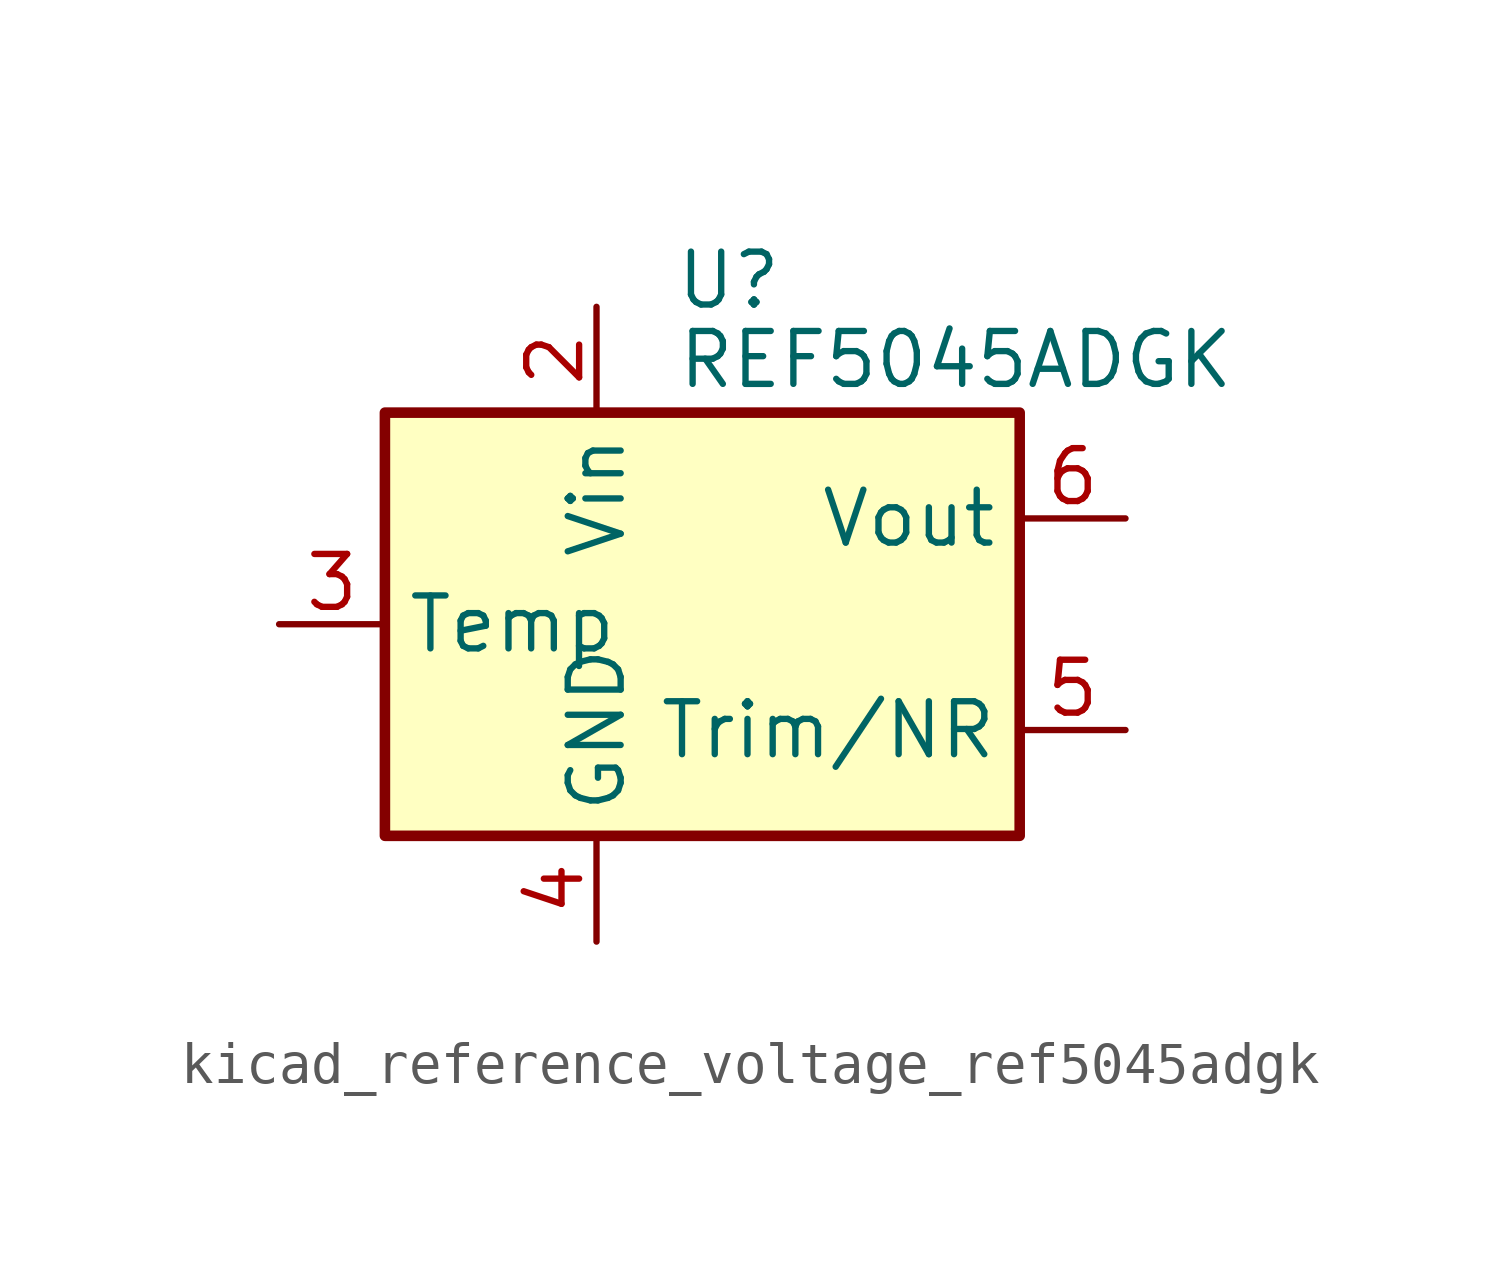
<source format=kicad_sym>
(kicad_symbol_lib
  (version 20220914)
  (generator kicad_symbol_editor)
  (symbol "kicad_reference_voltage_ref5045adgk"
    (property "Reference" "U"
      (at 0.635 8.255 0)
      (effects (font (size 1.27 1.27))))
    (property "Value" "REF5045ADGK"
      (at -0.635 6.35 0)
      (effects (font (size 1.27 1.27)) (justify left)))
    (symbol "kicad_reference_voltage_ref5045adgk_0_1"
      (rectangle (start -7.62 5.08) (end 7.62 -5.08) (stroke (width 0.254) (type default)) (fill (type background))))
    (symbol "kicad_reference_voltage_ref5045adgk_1_1"
      (pin no_connect line (at -7.62 2.54 0) (length 2.54) hide (name "DNC" (effects (font (size 1.27 1.27)))) (number "1" (effects (font (size 1.27 1.27)))))
      (pin power_in line (at -2.54 7.62 270) (length 2.54) (name "Vin" (effects (font (size 1.27 1.27)))) (number "2" (effects (font (size 1.27 1.27)))))
      (pin passive line (at -10.16 0 0) (length 2.54) (name "Temp" (effects (font (size 1.27 1.27)))) (number "3" (effects (font (size 1.27 1.27)))))
      (pin power_in line (at -2.54 -7.62 90) (length 2.54) (name "GND" (effects (font (size 1.27 1.27)))) (number "4" (effects (font (size 1.27 1.27)))))
      (pin passive line (at 10.16 -2.54 180) (length 2.54) (name "Trim/NR" (effects (font (size 1.27 1.27)))) (number "5" (effects (font (size 1.27 1.27)))))
      (pin power_out line (at 10.16 2.54 180) (length 2.54) (name "Vout" (effects (font (size 1.27 1.27)))) (number "6" (effects (font (size 1.27 1.27)))))
      (pin no_connect line (at -5.08 -5.08 90) (length 2.54) hide (name "NC" (effects (font (size 1.27 1.27)))) (number "7" (effects (font (size 1.27 1.27)))))
      (pin no_connect line (at 7.62 0 180) (length 2.54) hide (name "DNC" (effects (font (size 1.27 1.27)))) (number "8" (effects (font (size 1.27 1.27))))))))
</source>
